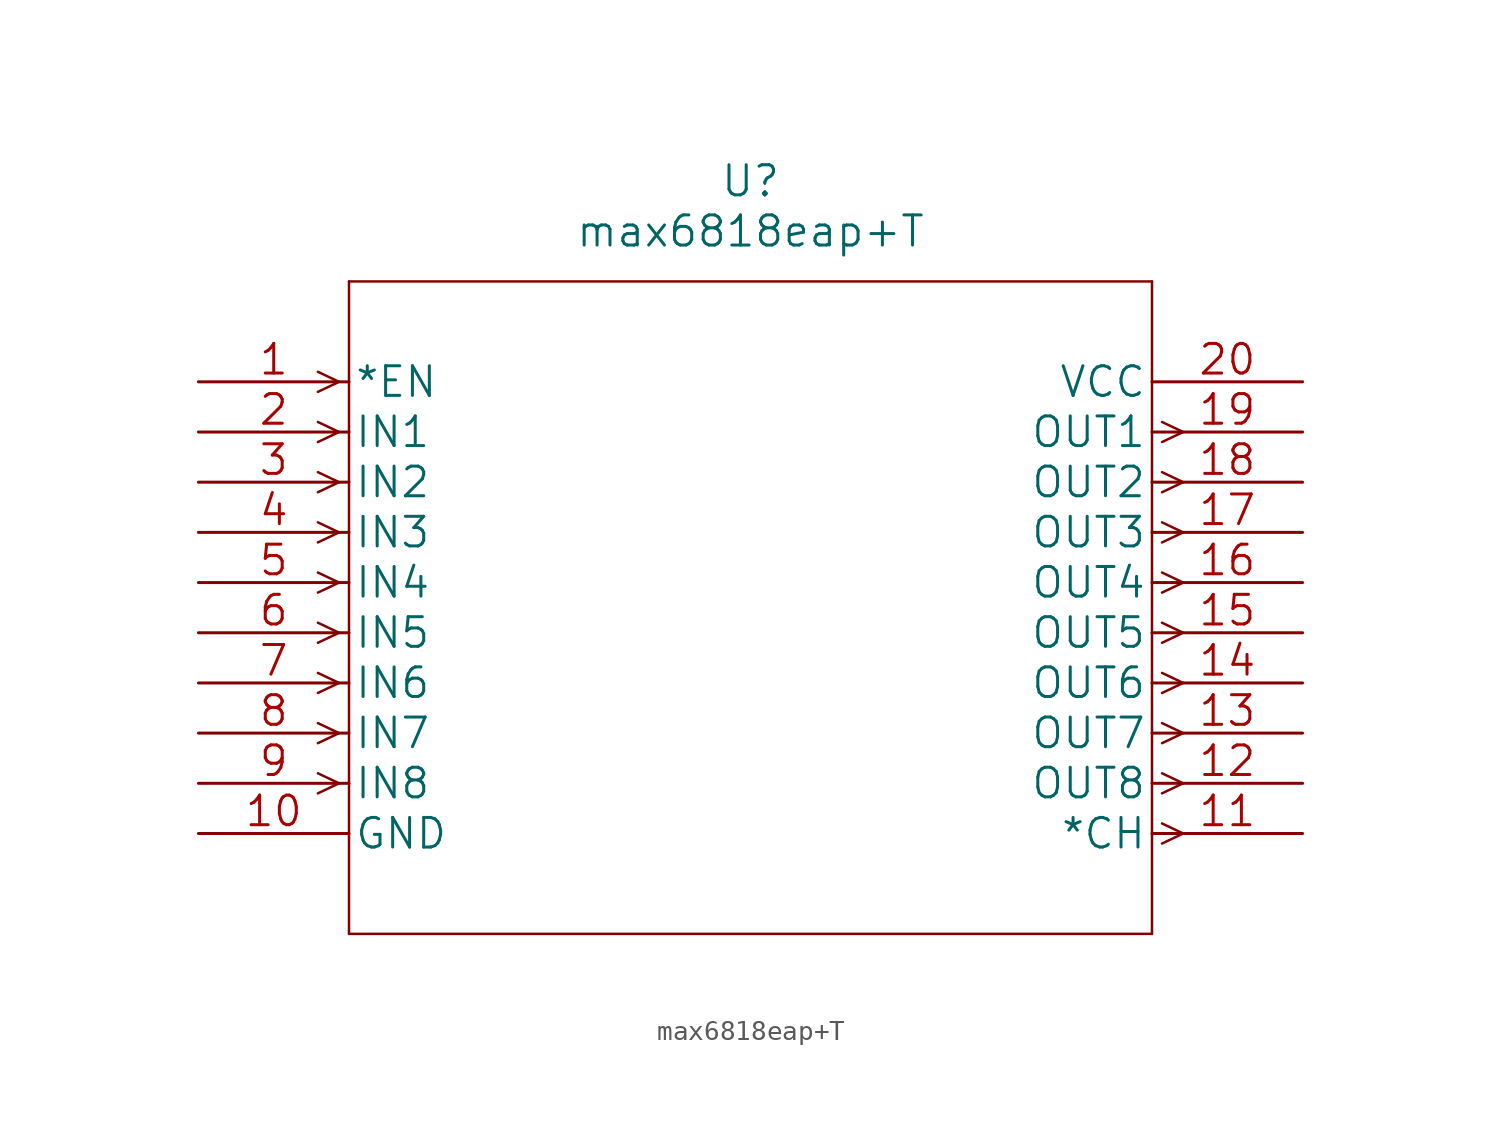
<source format=kicad_sym>
(kicad_symbol_lib
  (version 20211014)
  (generator kicad_symbol_editor)
  (symbol "max6818eap+T"
    (pin_names
      (offset 0.254))
    (property "Reference" "U"
      (at 27.94 10.16 0)
      (effects (font (size 1.524 1.524))))
    (property "Value" "max6818eap+T"
      (at 27.94 7.62 0)
      (effects (font (size 1.524 1.524))))
    (property "Datasheet" ""
      (at 0 0 0)
      (effects (font (size 1.524 1.524))))
    (property "ki_locked" ""
      (at 0 0 0)
      (effects (font (size 1.27 1.27))))
    (symbol "max6818eap+T_1_1"
      (polyline (pts (xy 7.112 -20.32) (xy 6.045 -20.828)) (stroke (width 0.127) (type default) (color 0 0 0 0)) (fill (type none)))
      (polyline (pts (xy 7.112 -20.32) (xy 6.045 -19.812)) (stroke (width 0.127) (type default) (color 0 0 0 0)) (fill (type none)))
      (polyline (pts (xy 7.112 -17.78) (xy 6.045 -18.288)) (stroke (width 0.127) (type default) (color 0 0 0 0)) (fill (type none)))
      (polyline (pts (xy 7.112 -17.78) (xy 6.045 -17.272)) (stroke (width 0.127) (type default) (color 0 0 0 0)) (fill (type none)))
      (polyline (pts (xy 7.112 -15.24) (xy 6.045 -15.748)) (stroke (width 0.127) (type default) (color 0 0 0 0)) (fill (type none)))
      (polyline (pts (xy 7.112 -15.24) (xy 6.045 -14.732)) (stroke (width 0.127) (type default) (color 0 0 0 0)) (fill (type none)))
      (polyline (pts (xy 7.112 -12.7) (xy 6.045 -13.208)) (stroke (width 0.127) (type default) (color 0 0 0 0)) (fill (type none)))
      (polyline (pts (xy 7.112 -12.7) (xy 6.045 -12.192)) (stroke (width 0.127) (type default) (color 0 0 0 0)) (fill (type none)))
      (polyline (pts (xy 7.112 -10.16) (xy 6.045 -10.668)) (stroke (width 0.127) (type default) (color 0 0 0 0)) (fill (type none)))
      (polyline (pts (xy 7.112 -10.16) (xy 6.045 -9.652)) (stroke (width 0.127) (type default) (color 0 0 0 0)) (fill (type none)))
      (polyline (pts (xy 7.112 -7.62) (xy 6.045 -8.128)) (stroke (width 0.127) (type default) (color 0 0 0 0)) (fill (type none)))
      (polyline (pts (xy 7.112 -7.62) (xy 6.045 -7.112)) (stroke (width 0.127) (type default) (color 0 0 0 0)) (fill (type none)))
      (polyline (pts (xy 7.112 -5.08) (xy 6.045 -5.588)) (stroke (width 0.127) (type default) (color 0 0 0 0)) (fill (type none)))
      (polyline (pts (xy 7.112 -5.08) (xy 6.045 -4.572)) (stroke (width 0.127) (type default) (color 0 0 0 0)) (fill (type none)))
      (polyline (pts (xy 7.112 -2.54) (xy 6.045 -3.048)) (stroke (width 0.127) (type default) (color 0 0 0 0)) (fill (type none)))
      (polyline (pts (xy 7.112 -2.54) (xy 6.045 -2.032)) (stroke (width 0.127) (type default) (color 0 0 0 0)) (fill (type none)))
      (polyline (pts (xy 7.112 0) (xy 6.045 -0.508)) (stroke (width 0.127) (type default) (color 0 0 0 0)) (fill (type none)))
      (polyline (pts (xy 7.112 0) (xy 6.045 0.508)) (stroke (width 0.127) (type default) (color 0 0 0 0)) (fill (type none)))
      (polyline (pts (xy 7.62 -27.94) (xy 48.26 -27.94)) (stroke (width 0.127) (type default) (color 0 0 0 0)) (fill (type none)))
      (polyline (pts (xy 7.62 5.08) (xy 7.62 -27.94)) (stroke (width 0.127) (type default) (color 0 0 0 0)) (fill (type none)))
      (polyline (pts (xy 48.26 -27.94) (xy 48.26 5.08)) (stroke (width 0.127) (type default) (color 0 0 0 0)) (fill (type none)))
      (polyline (pts (xy 48.26 5.08) (xy 7.62 5.08)) (stroke (width 0.127) (type default) (color 0 0 0 0)) (fill (type none)))
      (polyline (pts (xy 48.768 -23.368) (xy 49.835 -22.86)) (stroke (width 0.127) (type default) (color 0 0 0 0)) (fill (type none)))
      (polyline (pts (xy 48.768 -22.352) (xy 49.835 -22.86)) (stroke (width 0.127) (type default) (color 0 0 0 0)) (fill (type none)))
      (polyline (pts (xy 48.768 -20.828) (xy 49.835 -20.32)) (stroke (width 0.127) (type default) (color 0 0 0 0)) (fill (type none)))
      (polyline (pts (xy 48.768 -19.812) (xy 49.835 -20.32)) (stroke (width 0.127) (type default) (color 0 0 0 0)) (fill (type none)))
      (polyline (pts (xy 48.768 -18.288) (xy 49.835 -17.78)) (stroke (width 0.127) (type default) (color 0 0 0 0)) (fill (type none)))
      (polyline (pts (xy 48.768 -17.272) (xy 49.835 -17.78)) (stroke (width 0.127) (type default) (color 0 0 0 0)) (fill (type none)))
      (polyline (pts (xy 48.768 -15.748) (xy 49.835 -15.24)) (stroke (width 0.127) (type default) (color 0 0 0 0)) (fill (type none)))
      (polyline (pts (xy 48.768 -14.732) (xy 49.835 -15.24)) (stroke (width 0.127) (type default) (color 0 0 0 0)) (fill (type none)))
      (polyline (pts (xy 48.768 -13.208) (xy 49.835 -12.7)) (stroke (width 0.127) (type default) (color 0 0 0 0)) (fill (type none)))
      (polyline (pts (xy 48.768 -12.192) (xy 49.835 -12.7)) (stroke (width 0.127) (type default) (color 0 0 0 0)) (fill (type none)))
      (polyline (pts (xy 48.768 -10.668) (xy 49.835 -10.16)) (stroke (width 0.127) (type default) (color 0 0 0 0)) (fill (type none)))
      (polyline (pts (xy 48.768 -9.652) (xy 49.835 -10.16)) (stroke (width 0.127) (type default) (color 0 0 0 0)) (fill (type none)))
      (polyline (pts (xy 48.768 -8.128) (xy 49.835 -7.62)) (stroke (width 0.127) (type default) (color 0 0 0 0)) (fill (type none)))
      (polyline (pts (xy 48.768 -7.112) (xy 49.835 -7.62)) (stroke (width 0.127) (type default) (color 0 0 0 0)) (fill (type none)))
      (polyline (pts (xy 48.768 -5.588) (xy 49.835 -5.08)) (stroke (width 0.127) (type default) (color 0 0 0 0)) (fill (type none)))
      (polyline (pts (xy 48.768 -4.572) (xy 49.835 -5.08)) (stroke (width 0.127) (type default) (color 0 0 0 0)) (fill (type none)))
      (polyline (pts (xy 48.768 -3.048) (xy 49.835 -2.54)) (stroke (width 0.127) (type default) (color 0 0 0 0)) (fill (type none)))
      (polyline (pts (xy 48.768 -2.032) (xy 49.835 -2.54)) (stroke (width 0.127) (type default) (color 0 0 0 0)) (fill (type none)))
      (pin input line (at 0 0 0) (length 7.62) (name "*EN" (effects (font (size 1.499 1.499)))) (number "1" (effects (font (size 1.499 1.499)))))
      (pin power_in line (at 0 -22.86 0) (length 7.62) (name "GND" (effects (font (size 1.499 1.499)))) (number "10" (effects (font (size 1.499 1.499)))))
      (pin output line (at 55.88 -22.86 180) (length 7.62) (name "*CH" (effects (font (size 1.499 1.499)))) (number "11" (effects (font (size 1.499 1.499)))))
      (pin output line (at 55.88 -20.32 180) (length 7.62) (name "OUT8" (effects (font (size 1.499 1.499)))) (number "12" (effects (font (size 1.499 1.499)))))
      (pin output line (at 55.88 -17.78 180) (length 7.62) (name "OUT7" (effects (font (size 1.499 1.499)))) (number "13" (effects (font (size 1.499 1.499)))))
      (pin output line (at 55.88 -15.24 180) (length 7.62) (name "OUT6" (effects (font (size 1.499 1.499)))) (number "14" (effects (font (size 1.499 1.499)))))
      (pin output line (at 55.88 -12.7 180) (length 7.62) (name "OUT5" (effects (font (size 1.499 1.499)))) (number "15" (effects (font (size 1.499 1.499)))))
      (pin output line (at 55.88 -10.16 180) (length 7.62) (name "OUT4" (effects (font (size 1.499 1.499)))) (number "16" (effects (font (size 1.499 1.499)))))
      (pin output line (at 55.88 -7.62 180) (length 7.62) (name "OUT3" (effects (font (size 1.499 1.499)))) (number "17" (effects (font (size 1.499 1.499)))))
      (pin output line (at 55.88 -5.08 180) (length 7.62) (name "OUT2" (effects (font (size 1.499 1.499)))) (number "18" (effects (font (size 1.499 1.499)))))
      (pin output line (at 55.88 -2.54 180) (length 7.62) (name "OUT1" (effects (font (size 1.499 1.499)))) (number "19" (effects (font (size 1.499 1.499)))))
      (pin input line (at 0 -2.54 0) (length 7.62) (name "IN1" (effects (font (size 1.499 1.499)))) (number "2" (effects (font (size 1.499 1.499)))))
      (pin power_in line (at 55.88 0 180) (length 7.62) (name "VCC" (effects (font (size 1.499 1.499)))) (number "20" (effects (font (size 1.499 1.499)))))
      (pin input line (at 0 -5.08 0) (length 7.62) (name "IN2" (effects (font (size 1.499 1.499)))) (number "3" (effects (font (size 1.499 1.499)))))
      (pin input line (at 0 -7.62 0) (length 7.62) (name "IN3" (effects (font (size 1.499 1.499)))) (number "4" (effects (font (size 1.499 1.499)))))
      (pin input line (at 0 -10.16 0) (length 7.62) (name "IN4" (effects (font (size 1.499 1.499)))) (number "5" (effects (font (size 1.499 1.499)))))
      (pin input line (at 0 -12.7 0) (length 7.62) (name "IN5" (effects (font (size 1.499 1.499)))) (number "6" (effects (font (size 1.499 1.499)))))
      (pin input line (at 0 -15.24 0) (length 7.62) (name "IN6" (effects (font (size 1.499 1.499)))) (number "7" (effects (font (size 1.499 1.499)))))
      (pin input line (at 0 -17.78 0) (length 7.62) (name "IN7" (effects (font (size 1.499 1.499)))) (number "8" (effects (font (size 1.499 1.499)))))
      (pin input line (at 0 -20.32 0) (length 7.62) (name "IN8" (effects (font (size 1.499 1.499)))) (number "9" (effects (font (size 1.499 1.499))))))))
</source>
